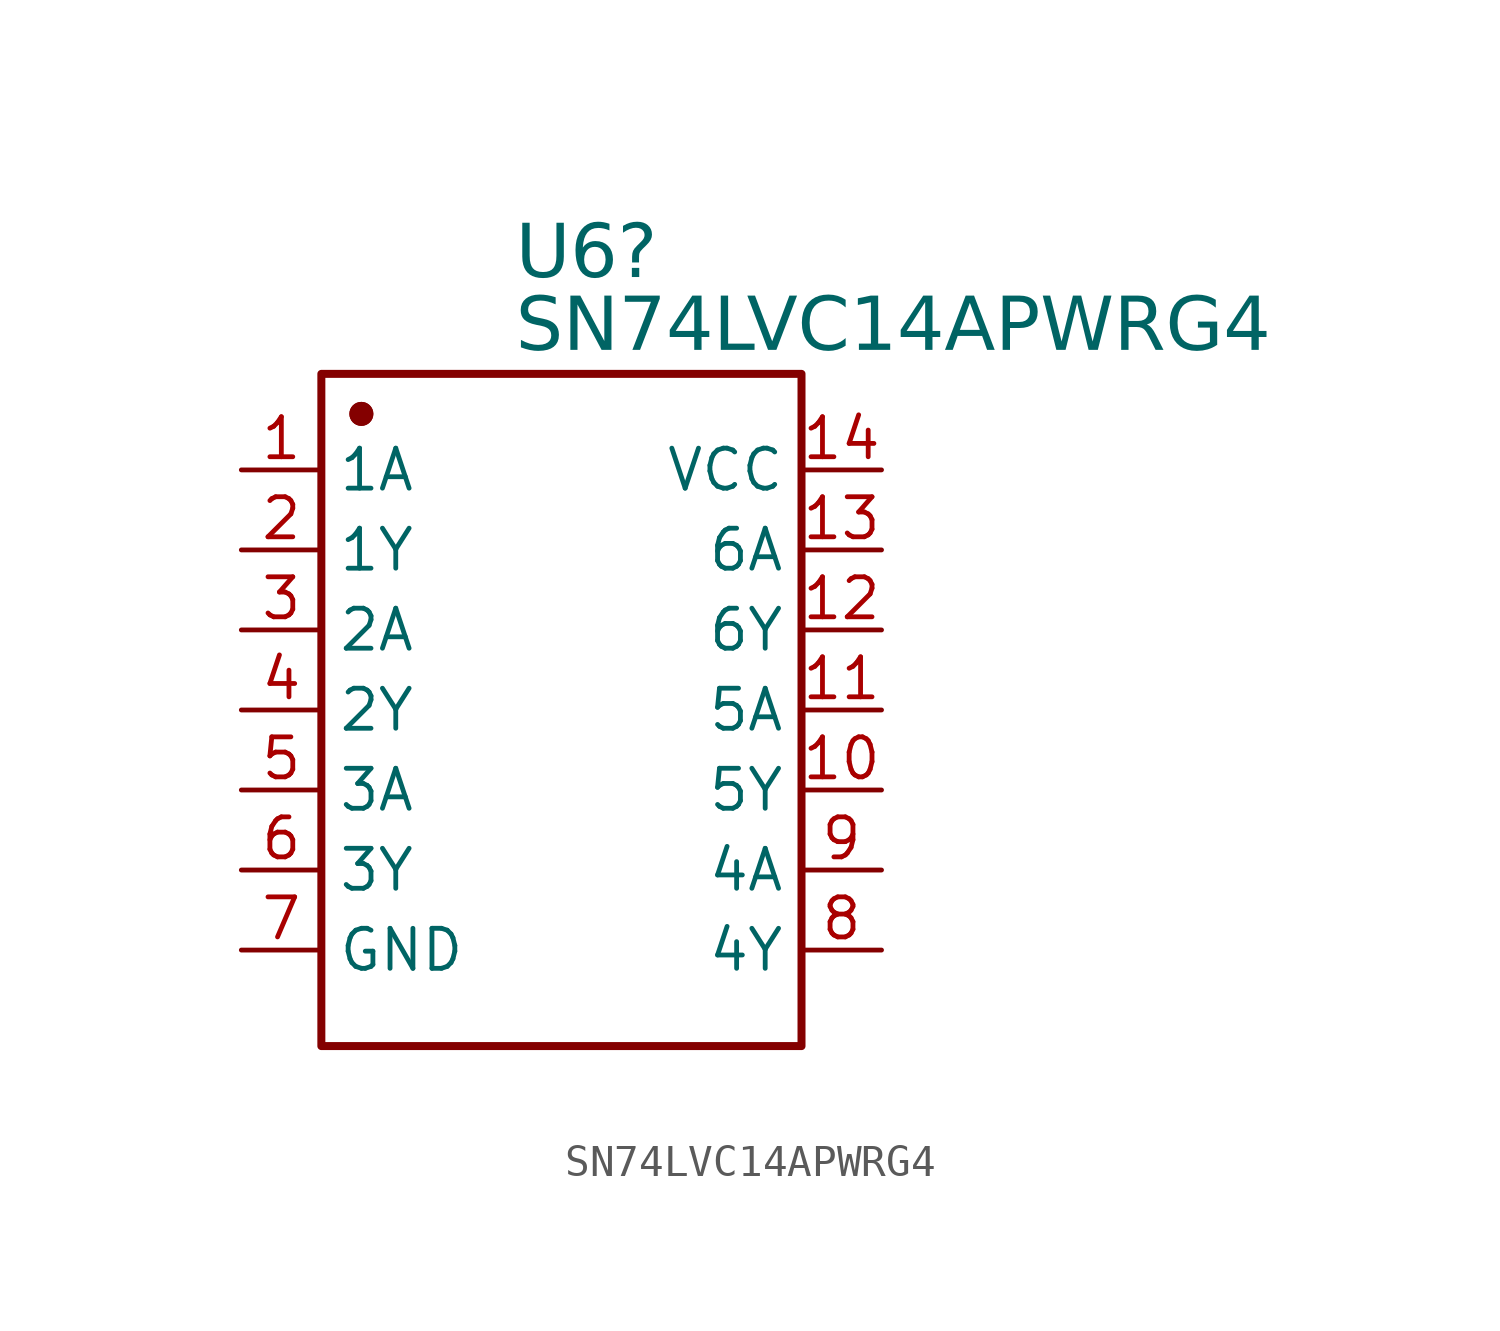
<source format=kicad_sym>
(kicad_symbol_lib
  (version 20241209)
  (generator "kicad_symbol_editor")
  (generator_version "9.0")
  (symbol "SN74LVC14APWRG4"
    (property "Reference" "U6"
      (at -1.448 15.431 0)
      (effects (font (face "Arial") (size 1.689 1.689)) (justify left top)))
    (property "Value" "SN74LVC14APWRG4"
      (at -1.448 13.119 0)
      (effects (font (face "Arial") (size 1.689 1.689)) (justify left top)))
    (symbol "SN74LVC14APWRG4_0_0"
      (rectangle (start -7.62 10.668) (end 7.62 -10.668) (stroke (width 0.254) (type solid)) (fill (type none)))
      (circle (center -6.35 9.398) (radius 0.254) (stroke (width 0.254) (type solid)) (fill (type outline)))
      (circle (center -6.35 9.398) (radius 0.254) (stroke (width 0.254) (type solid)) (fill (type outline)))
      (pin input line (at -10.16 7.62 0) (length 2.54) (name "1A" (effects (font (size 1.27 1.27)))) (number "1" (effects (font (size 1.27 1.27)))))
      (pin output line (at -10.16 5.08 0) (length 2.54) (name "1Y" (effects (font (size 1.27 1.27)))) (number "2" (effects (font (size 1.27 1.27)))))
      (pin input line (at -10.16 2.54 0) (length 2.54) (name "2A" (effects (font (size 1.27 1.27)))) (number "3" (effects (font (size 1.27 1.27)))))
      (pin output line (at -10.16 0 0) (length 2.54) (name "2Y" (effects (font (size 1.27 1.27)))) (number "4" (effects (font (size 1.27 1.27)))))
      (pin input line (at -10.16 -2.54 0) (length 2.54) (name "3A" (effects (font (size 1.27 1.27)))) (number "5" (effects (font (size 1.27 1.27)))))
      (pin output line (at -10.16 -5.08 0) (length 2.54) (name "3Y" (effects (font (size 1.27 1.27)))) (number "6" (effects (font (size 1.27 1.27)))))
      (pin power_in line (at -10.16 -7.62 0) (length 2.54) (name "GND" (effects (font (size 1.27 1.27)))) (number "7" (effects (font (size 1.27 1.27)))))
      (pin passive line (at 10.16 7.62 180) (length 2.54) (name "VCC" (effects (font (size 1.27 1.27)))) (number "14" (effects (font (size 1.27 1.27)))))
      (pin input line (at 10.16 5.08 180) (length 2.54) (name "6A" (effects (font (size 1.27 1.27)))) (number "13" (effects (font (size 1.27 1.27)))))
      (pin output line (at 10.16 2.54 180) (length 2.54) (name "6Y" (effects (font (size 1.27 1.27)))) (number "12" (effects (font (size 1.27 1.27)))))
      (pin input line (at 10.16 0 180) (length 2.54) (name "5A" (effects (font (size 1.27 1.27)))) (number "11" (effects (font (size 1.27 1.27)))))
      (pin output line (at 10.16 -2.54 180) (length 2.54) (name "5Y" (effects (font (size 1.27 1.27)))) (number "10" (effects (font (size 1.27 1.27)))))
      (pin input line (at 10.16 -5.08 180) (length 2.54) (name "4A" (effects (font (size 1.27 1.27)))) (number "9" (effects (font (size 1.27 1.27)))))
      (pin output line (at 10.16 -7.62 180) (length 2.54) (name "4Y" (effects (font (size 1.27 1.27)))) (number "8" (effects (font (size 1.27 1.27))))))))
</source>
